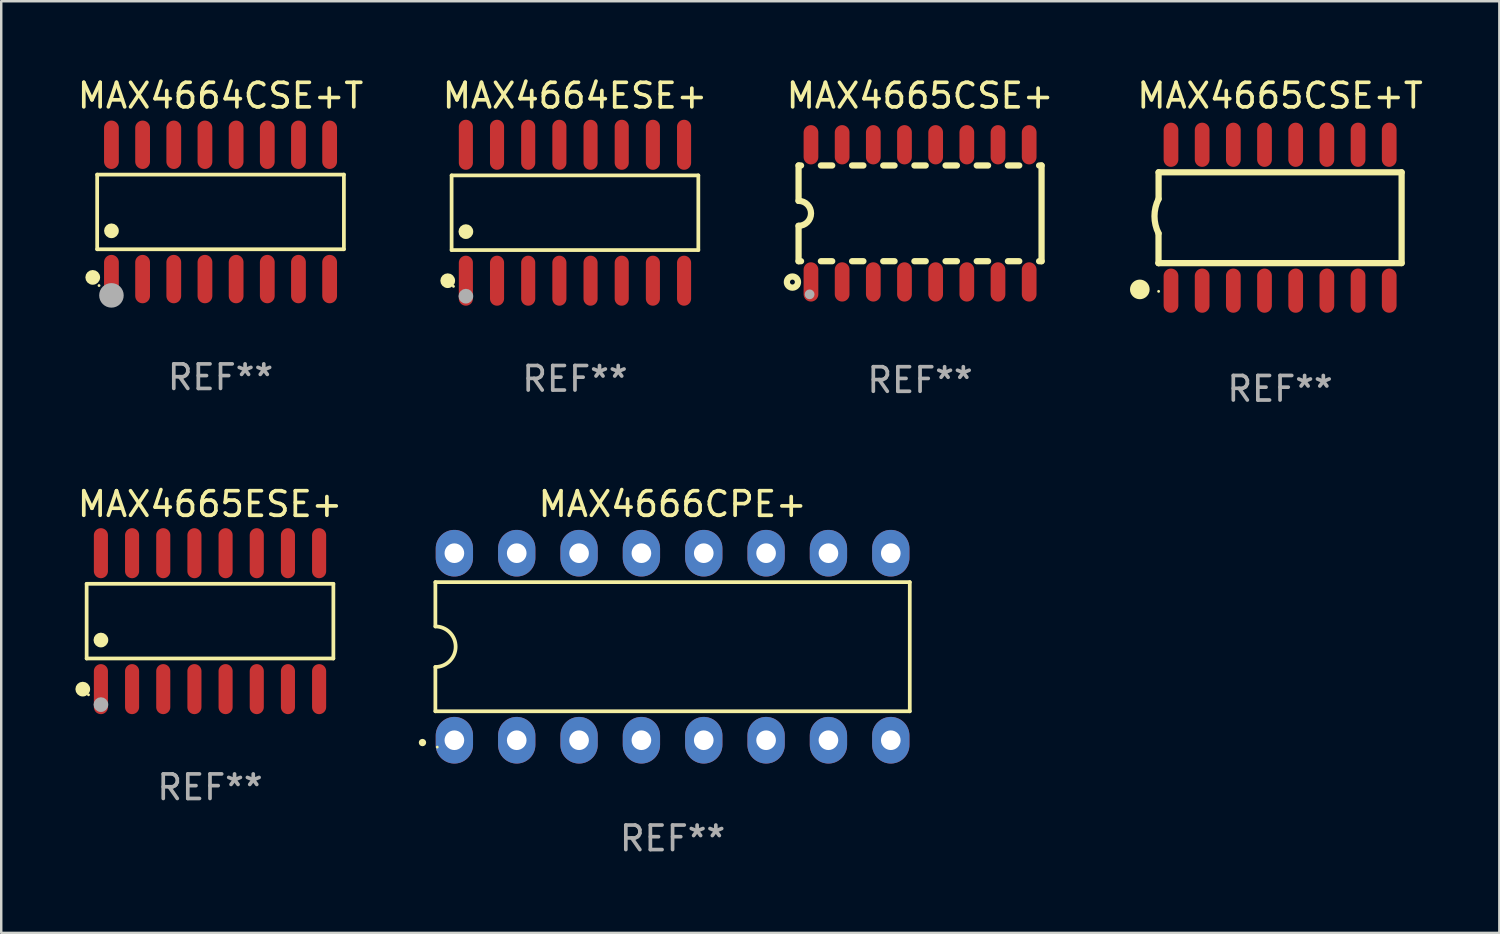
<source format=kicad_pcb>
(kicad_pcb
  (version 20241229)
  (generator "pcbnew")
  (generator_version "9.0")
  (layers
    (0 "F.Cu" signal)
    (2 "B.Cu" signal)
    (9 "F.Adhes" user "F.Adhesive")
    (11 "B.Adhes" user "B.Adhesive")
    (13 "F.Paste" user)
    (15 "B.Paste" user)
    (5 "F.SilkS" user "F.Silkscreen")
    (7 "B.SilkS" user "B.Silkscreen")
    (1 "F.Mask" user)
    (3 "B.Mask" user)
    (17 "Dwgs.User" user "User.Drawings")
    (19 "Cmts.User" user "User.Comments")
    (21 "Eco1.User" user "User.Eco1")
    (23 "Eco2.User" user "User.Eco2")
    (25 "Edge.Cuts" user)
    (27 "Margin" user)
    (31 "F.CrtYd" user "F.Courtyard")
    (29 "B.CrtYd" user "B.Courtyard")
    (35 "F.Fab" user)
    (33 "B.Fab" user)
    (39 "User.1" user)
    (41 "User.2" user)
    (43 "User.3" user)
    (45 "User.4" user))
  (footprint "MAX4665ESE+"
    (layer "F.Cu")
    (at 5.506 22.257)
    (property "Reference" "MAX4665ESE+" (at 0 -4.769 0) (layer "F.SilkS") (effects (font (size 1 1) (thickness 0.15))))
    (attr through_hole)
    (fp_line (start -5.026 -1.521) (end 5.026 -1.521) (stroke (width 0.152) (type solid)) (layer "F.SilkS"))
    (fp_line (start -5.026 1.521) (end -5.026 -1.521) (stroke (width 0.152) (type solid)) (layer "F.SilkS"))
    (fp_line (start 5.026 -1.521) (end 5.026 1.521) (stroke (width 0.152) (type solid)) (layer "F.SilkS"))
    (fp_line (start 5.026 1.521) (end -5.026 1.521) (stroke (width 0.152) (type solid)) (layer "F.SilkS"))
    (fp_circle (center -5.184 2.769) (end -5.034 2.769) (stroke (width 0.3) (type solid)) (fill no) (layer "F.SilkS"))
    (fp_circle (center -4.95 3) (end -4.92 3) (stroke (width 0.06) (type solid)) (fill no) (layer "F.SilkS"))
    (fp_circle (center -4.445 0.769) (end -4.295 0.769) (stroke (width 0.3) (type solid)) (fill no) (layer "F.SilkS"))
    (fp_circle (center -4.445 3.4) (end -4.295 3.4) (stroke (width 0.3) (type solid)) (fill no) (layer "F.Fab"))
    (fp_text user "REF**" (at 0 6.769 0) (layer "F.Fab") (effects (font (size 1 1) (thickness 0.15))))
    (pad "1" smd oval (at -4.445 2.769) (size 0.574 2.038) (layers "F.Cu" "F.Mask" "F.Paste"))
    (pad "2" smd oval (at -3.175 2.769) (size 0.574 2.038) (layers "F.Cu" "F.Mask" "F.Paste"))
    (pad "3" smd oval (at -1.905 2.769) (size 0.574 2.038) (layers "F.Cu" "F.Mask" "F.Paste"))
    (pad "4" smd oval (at -0.635 2.769) (size 0.574 2.038) (layers "F.Cu" "F.Mask" "F.Paste"))
    (pad "5" smd oval (at 0.635 2.769) (size 0.574 2.038) (layers "F.Cu" "F.Mask" "F.Paste"))
    (pad "6" smd oval (at 1.905 2.769) (size 0.574 2.038) (layers "F.Cu" "F.Mask" "F.Paste"))
    (pad "7" smd oval (at 3.175 2.769) (size 0.574 2.038) (layers "F.Cu" "F.Mask" "F.Paste"))
    (pad "8" smd oval (at 4.445 2.769) (size 0.574 2.038) (layers "F.Cu" "F.Mask" "F.Paste"))
    (pad "9" smd oval (at 4.445 -2.769) (size 0.574 2.038) (layers "F.Cu" "F.Mask" "F.Paste"))
    (pad "10" smd oval (at 3.175 -2.769) (size 0.574 2.038) (layers "F.Cu" "F.Mask" "F.Paste"))
    (pad "11" smd oval (at 1.905 -2.769) (size 0.574 2.038) (layers "F.Cu" "F.Mask" "F.Paste"))
    (pad "12" smd oval (at 0.635 -2.769) (size 0.574 2.038) (layers "F.Cu" "F.Mask" "F.Paste"))
    (pad "13" smd oval (at -0.635 -2.769) (size 0.574 2.038) (layers "F.Cu" "F.Mask" "F.Paste"))
    (pad "14" smd oval (at -1.905 -2.769) (size 0.574 2.038) (layers "F.Cu" "F.Mask" "F.Paste"))
    (pad "15" smd oval (at -3.175 -2.769) (size 0.574 2.038) (layers "F.Cu" "F.Mask" "F.Paste"))
    (pad "16" smd oval (at -4.445 -2.769) (size 0.574 2.038) (layers "F.Cu" "F.Mask" "F.Paste")))
  (footprint "MAX4664CSE+T"
    (layer "F.Cu")
    (at 5.935 5.584)
    (property "Reference" "MAX4664CSE+T" (at 0 -4.736 0) (layer "F.SilkS") (effects (font (size 1 1) (thickness 0.15))))
    (attr through_hole)
    (fp_line (start -5.026 -1.521) (end 5.026 -1.521) (stroke (width 0.152) (type solid)) (layer "F.SilkS"))
    (fp_line (start -5.026 1.521) (end -5.026 -1.521) (stroke (width 0.152) (type solid)) (layer "F.SilkS"))
    (fp_line (start 5.026 -1.521) (end 5.026 1.521) (stroke (width 0.152) (type solid)) (layer "F.SilkS"))
    (fp_line (start 5.026 1.521) (end -5.026 1.521) (stroke (width 0.152) (type solid)) (layer "F.SilkS"))
    (fp_circle (center -5.207 2.667) (end -5.057 2.667) (stroke (width 0.3) (type solid)) (fill no) (layer "F.SilkS"))
    (fp_circle (center -4.95 3) (end -4.92 3) (stroke (width 0.06) (type solid)) (fill no) (layer "F.SilkS"))
    (fp_circle (center -4.445 0.769) (end -4.295 0.769) (stroke (width 0.3) (type solid)) (fill no) (layer "F.SilkS"))
    (fp_circle (center -4.445 3.4) (end -4.195 3.4) (stroke (width 0.5) (type solid)) (fill no) (layer "F.Fab"))
    (fp_text user "REF**" (at 0 6.736 0) (layer "F.Fab") (effects (font (size 1 1) (thickness 0.15))))
    (pad "1" smd oval (at -4.445 2.736) (size 0.602 1.971) (layers "F.Cu" "F.Mask" "F.Paste"))
    (pad "2" smd oval (at -3.175 2.736) (size 0.602 1.971) (layers "F.Cu" "F.Mask" "F.Paste"))
    (pad "3" smd oval (at -1.905 2.736) (size 0.602 1.971) (layers "F.Cu" "F.Mask" "F.Paste"))
    (pad "4" smd oval (at -0.635 2.736) (size 0.602 1.971) (layers "F.Cu" "F.Mask" "F.Paste"))
    (pad "5" smd oval (at 0.635 2.736) (size 0.602 1.971) (layers "F.Cu" "F.Mask" "F.Paste"))
    (pad "6" smd oval (at 1.905 2.736) (size 0.602 1.971) (layers "F.Cu" "F.Mask" "F.Paste"))
    (pad "7" smd oval (at 3.175 2.736) (size 0.602 1.971) (layers "F.Cu" "F.Mask" "F.Paste"))
    (pad "8" smd oval (at 4.445 2.736) (size 0.602 1.971) (layers "F.Cu" "F.Mask" "F.Paste"))
    (pad "9" smd oval (at 4.445 -2.736) (size 0.602 1.971) (layers "F.Cu" "F.Mask" "F.Paste"))
    (pad "10" smd oval (at 3.175 -2.736) (size 0.602 1.971) (layers "F.Cu" "F.Mask" "F.Paste"))
    (pad "11" smd oval (at 1.905 -2.736) (size 0.602 1.971) (layers "F.Cu" "F.Mask" "F.Paste"))
    (pad "12" smd oval (at 0.635 -2.736) (size 0.602 1.971) (layers "F.Cu" "F.Mask" "F.Paste"))
    (pad "13" smd oval (at -0.635 -2.736) (size 0.602 1.971) (layers "F.Cu" "F.Mask" "F.Paste"))
    (pad "14" smd oval (at -1.905 -2.736) (size 0.602 1.971) (layers "F.Cu" "F.Mask" "F.Paste"))
    (pad "15" smd oval (at -3.175 -2.736) (size 0.602 1.971) (layers "F.Cu" "F.Mask" "F.Paste"))
    (pad "16" smd oval (at -4.445 -2.736) (size 0.602 1.971) (layers "F.Cu" "F.Mask" "F.Paste")))
  (footprint "MAX4666CPE+"
    (layer "F.Cu")
    (at 24.352 23.298)
    (property "Reference" "MAX4666CPE+" (at 0 -5.81 0) (layer "F.SilkS") (effects (font (size 1 1) (thickness 0.15))))
    (attr through_hole)
    (fp_line (start -9.664 -2.631) (end -9.664 -0.826) (stroke (width 0.152) (type solid)) (layer "F.SilkS"))
    (fp_line (start -9.664 0.826) (end -9.664 2.631) (stroke (width 0.152) (type solid)) (layer "F.SilkS"))
    (fp_line (start -9.664 2.631) (end 9.664 2.631) (stroke (width 0.152) (type solid)) (layer "F.SilkS"))
    (fp_line (start 9.664 -2.631) (end -9.664 -2.631) (stroke (width 0.152) (type solid)) (layer "F.SilkS"))
    (fp_line (start 9.664 2.631) (end 9.664 -2.631) (stroke (width 0.152) (type solid)) (layer "F.SilkS"))
    (fp_arc (start -9.663701 -0.825626) (mid -8.838075 0) (end -9.663701 0.825626) (stroke (width 0.1524) (type solid)) (layer "F.SilkS"))
    (fp_circle (center -10.19 3.905) (end -10.115 3.905) (stroke (width 0.15) (type solid)) (fill no) (layer "F.SilkS"))
    (fp_circle (center -9.588 4.09) (end -9.558 4.09) (stroke (width 0.06) (type solid)) (fill no) (layer "F.SilkS"))
    (fp_text user "REF**" (at 0 7.81 0) (layer "F.Fab") (effects (font (size 1 1) (thickness 0.15))))
    (pad "1" thru_hole oval (at -8.89 3.81) (size 1.52 1.9) (drill 0.8) (layers "*.Cu" "*.Mask"))
    (pad "2" thru_hole oval (at -6.35 3.81) (size 1.52 1.9) (drill 0.8) (layers "*.Cu" "*.Mask"))
    (pad "3" thru_hole oval (at -3.81 3.81) (size 1.52 1.9) (drill 0.8) (layers "*.Cu" "*.Mask"))
    (pad "4" thru_hole oval (at -1.27 3.81) (size 1.52 1.9) (drill 0.8) (layers "*.Cu" "*.Mask"))
    (pad "5" thru_hole oval (at 1.27 3.81) (size 1.52 1.9) (drill 0.8) (layers "*.Cu" "*.Mask"))
    (pad "6" thru_hole oval (at 3.81 3.81) (size 1.52 1.9) (drill 0.8) (layers "*.Cu" "*.Mask"))
    (pad "7" thru_hole oval (at 6.35 3.81) (size 1.52 1.9) (drill 0.8) (layers "*.Cu" "*.Mask"))
    (pad "8" thru_hole oval (at 8.89 3.81) (size 1.52 1.9) (drill 0.8) (layers "*.Cu" "*.Mask"))
    (pad "9" thru_hole oval (at 8.89 -3.81) (size 1.52 1.9) (drill 0.8) (layers "*.Cu" "*.Mask"))
    (pad "10" thru_hole oval (at 6.35 -3.81) (size 1.52 1.9) (drill 0.8) (layers "*.Cu" "*.Mask"))
    (pad "11" thru_hole oval (at 3.81 -3.81) (size 1.52 1.9) (drill 0.8) (layers "*.Cu" "*.Mask"))
    (pad "12" thru_hole oval (at 1.27 -3.81) (size 1.52 1.9) (drill 0.8) (layers "*.Cu" "*.Mask"))
    (pad "13" thru_hole oval (at -1.27 -3.81) (size 1.52 1.9) (drill 0.8) (layers "*.Cu" "*.Mask"))
    (pad "14" thru_hole oval (at -3.81 -3.81) (size 1.52 1.9) (drill 0.8) (layers "*.Cu" "*.Mask"))
    (pad "15" thru_hole oval (at -6.35 -3.81) (size 1.52 1.9) (drill 0.8) (layers "*.Cu" "*.Mask"))
    (pad "16" thru_hole oval (at -8.89 -3.81) (size 1.52 1.9) (drill 0.8) (layers "*.Cu" "*.Mask")))
  (footprint "MAX4665CSE+"
    (layer "F.Cu")
    (at 34.435 5.642)
    (property "Reference" "MAX4665CSE+" (at 0 -4.794 0) (layer "F.SilkS") (effects (font (size 1 1) (thickness 0.15))))
    (attr through_hole)
    (fp_line (start -4.95 -1.95) (end -4.95 -0.508) (stroke (width 0.254) (type solid)) (layer "F.SilkS"))
    (fp_line (start -4.95 -1.95) (end -4.849 -1.95) (stroke (width 0.254) (type solid)) (layer "F.SilkS"))
    (fp_line (start -4.95 1.95) (end -4.95 0.508) (stroke (width 0.254) (type solid)) (layer "F.SilkS"))
    (fp_line (start -4.95 1.95) (end -4.849 1.95) (stroke (width 0.254) (type solid)) (layer "F.SilkS"))
    (fp_line (start -4.041 -1.95) (end -3.579 -1.95) (stroke (width 0.254) (type solid)) (layer "F.SilkS"))
    (fp_line (start -4.041 1.95) (end -3.579 1.95) (stroke (width 0.254) (type solid)) (layer "F.SilkS"))
    (fp_line (start -2.771 -1.95) (end -2.309 -1.95) (stroke (width 0.254) (type solid)) (layer "F.SilkS"))
    (fp_line (start -2.771 1.95) (end -2.309 1.95) (stroke (width 0.254) (type solid)) (layer "F.SilkS"))
    (fp_line (start -1.501 -1.95) (end -1.039 -1.95) (stroke (width 0.254) (type solid)) (layer "F.SilkS"))
    (fp_line (start -1.501 1.95) (end -1.039 1.95) (stroke (width 0.254) (type solid)) (layer "F.SilkS"))
    (fp_line (start -0.231 -1.95) (end 0.231 -1.95) (stroke (width 0.254) (type solid)) (layer "F.SilkS"))
    (fp_line (start -0.231 1.95) (end 0.231 1.95) (stroke (width 0.254) (type solid)) (layer "F.SilkS"))
    (fp_line (start 1.039 -1.95) (end 1.501 -1.95) (stroke (width 0.254) (type solid)) (layer "F.SilkS"))
    (fp_line (start 1.039 1.95) (end 1.501 1.95) (stroke (width 0.254) (type solid)) (layer "F.SilkS"))
    (fp_line (start 2.309 -1.95) (end 2.771 -1.95) (stroke (width 0.254) (type solid)) (layer "F.SilkS"))
    (fp_line (start 2.309 1.95) (end 2.771 1.95) (stroke (width 0.254) (type solid)) (layer "F.SilkS"))
    (fp_line (start 3.579 -1.95) (end 4.041 -1.95) (stroke (width 0.254) (type solid)) (layer "F.SilkS"))
    (fp_line (start 3.579 1.95) (end 4.041 1.95) (stroke (width 0.254) (type solid)) (layer "F.SilkS"))
    (fp_line (start 4.849 -1.95) (end 4.95 -1.95) (stroke (width 0.254) (type solid)) (layer "F.SilkS"))
    (fp_line (start 4.849 1.95) (end 4.95 1.95) (stroke (width 0.254) (type solid)) (layer "F.SilkS"))
    (fp_line (start 4.95 -1.95) (end 4.95 1.95) (stroke (width 0.254) (type solid)) (layer "F.SilkS"))
    (fp_arc (start -4.95047 -0.508001) (mid -4.442469 -0.000228) (end -4.950013 0.508001) (stroke (width 0.254001) (type solid)) (layer "F.SilkS"))
    (fp_circle (center -5.2 2.8) (end -5.1 2.8) (stroke (width 0.254) (type solid)) (fill no) (layer "F.SilkS"))
    (fp_circle (center -4.95 2.947) (end -4.92 2.947) (stroke (width 0.06) (type solid)) (fill no) (layer "F.SilkS"))
    (fp_circle (center -4.5 3.3) (end -4.4 3.3) (stroke (width 0.2) (type solid)) (fill no) (layer "F.Fab"))
    (fp_text user "REF**" (at 0 6.794 0) (layer "F.Fab") (effects (font (size 1 1) (thickness 0.15))))
    (pad "1" smd oval (at -4.445 2.794) (size 0.6 1.6) (layers "F.Cu" "F.Mask" "F.Paste"))
    (pad "2" smd oval (at -3.175 2.794) (size 0.6 1.6) (layers "F.Cu" "F.Mask" "F.Paste"))
    (pad "3" smd oval (at -1.905 2.794) (size 0.6 1.6) (layers "F.Cu" "F.Mask" "F.Paste"))
    (pad "4" smd oval (at -0.635 2.794) (size 0.6 1.6) (layers "F.Cu" "F.Mask" "F.Paste"))
    (pad "5" smd oval (at 0.635 2.794) (size 0.6 1.6) (layers "F.Cu" "F.Mask" "F.Paste"))
    (pad "6" smd oval (at 1.905 2.794) (size 0.6 1.6) (layers "F.Cu" "F.Mask" "F.Paste"))
    (pad "7" smd oval (at 3.175 2.794) (size 0.6 1.6) (layers "F.Cu" "F.Mask" "F.Paste"))
    (pad "8" smd oval (at 4.445 2.794) (size 0.6 1.6) (layers "F.Cu" "F.Mask" "F.Paste"))
    (pad "9" smd oval (at 4.445 -2.794) (size 0.6 1.6) (layers "F.Cu" "F.Mask" "F.Paste"))
    (pad "10" smd oval (at 3.175 -2.794) (size 0.6 1.6) (layers "F.Cu" "F.Mask" "F.Paste"))
    (pad "11" smd oval (at 1.905 -2.794) (size 0.6 1.6) (layers "F.Cu" "F.Mask" "F.Paste"))
    (pad "12" smd oval (at 0.635 -2.794) (size 0.6 1.6) (layers "F.Cu" "F.Mask" "F.Paste"))
    (pad "13" smd oval (at -0.635 -2.794) (size 0.6 1.6) (layers "F.Cu" "F.Mask" "F.Paste"))
    (pad "14" smd oval (at -1.905 -2.794) (size 0.6 1.6) (layers "F.Cu" "F.Mask" "F.Paste"))
    (pad "15" smd oval (at -3.175 -2.794) (size 0.6 1.6) (layers "F.Cu" "F.Mask" "F.Paste"))
    (pad "16" smd oval (at -4.445 -2.794) (size 0.6 1.6) (layers "F.Cu" "F.Mask" "F.Paste")))
  (footprint "MAX4664ESE+"
    (layer "F.Cu")
    (at 20.375 5.617)
    (property "Reference" "MAX4664ESE+" (at 0 -4.769 0) (layer "F.SilkS") (effects (font (size 1 1) (thickness 0.15))))
    (attr through_hole)
    (fp_line (start -5.026 -1.521) (end 5.026 -1.521) (stroke (width 0.152) (type solid)) (layer "F.SilkS"))
    (fp_line (start -5.026 1.521) (end -5.026 -1.521) (stroke (width 0.152) (type solid)) (layer "F.SilkS"))
    (fp_line (start 5.026 -1.521) (end 5.026 1.521) (stroke (width 0.152) (type solid)) (layer "F.SilkS"))
    (fp_line (start 5.026 1.521) (end -5.026 1.521) (stroke (width 0.152) (type solid)) (layer "F.SilkS"))
    (fp_circle (center -5.184 2.769) (end -5.034 2.769) (stroke (width 0.3) (type solid)) (fill no) (layer "F.SilkS"))
    (fp_circle (center -4.95 3) (end -4.92 3) (stroke (width 0.06) (type solid)) (fill no) (layer "F.SilkS"))
    (fp_circle (center -4.445 0.769) (end -4.295 0.769) (stroke (width 0.3) (type solid)) (fill no) (layer "F.SilkS"))
    (fp_circle (center -4.445 3.4) (end -4.295 3.4) (stroke (width 0.3) (type solid)) (fill no) (layer "F.Fab"))
    (fp_text user "REF**" (at 0 6.769 0) (layer "F.Fab") (effects (font (size 1 1) (thickness 0.15))))
    (pad "1" smd oval (at -4.445 2.769) (size 0.574 2.038) (layers "F.Cu" "F.Mask" "F.Paste"))
    (pad "2" smd oval (at -3.175 2.769) (size 0.574 2.038) (layers "F.Cu" "F.Mask" "F.Paste"))
    (pad "3" smd oval (at -1.905 2.769) (size 0.574 2.038) (layers "F.Cu" "F.Mask" "F.Paste"))
    (pad "4" smd oval (at -0.635 2.769) (size 0.574 2.038) (layers "F.Cu" "F.Mask" "F.Paste"))
    (pad "5" smd oval (at 0.635 2.769) (size 0.574 2.038) (layers "F.Cu" "F.Mask" "F.Paste"))
    (pad "6" smd oval (at 1.905 2.769) (size 0.574 2.038) (layers "F.Cu" "F.Mask" "F.Paste"))
    (pad "7" smd oval (at 3.175 2.769) (size 0.574 2.038) (layers "F.Cu" "F.Mask" "F.Paste"))
    (pad "8" smd oval (at 4.445 2.769) (size 0.574 2.038) (layers "F.Cu" "F.Mask" "F.Paste"))
    (pad "9" smd oval (at 4.445 -2.769) (size 0.574 2.038) (layers "F.Cu" "F.Mask" "F.Paste"))
    (pad "10" smd oval (at 3.175 -2.769) (size 0.574 2.038) (layers "F.Cu" "F.Mask" "F.Paste"))
    (pad "11" smd oval (at 1.905 -2.769) (size 0.574 2.038) (layers "F.Cu" "F.Mask" "F.Paste"))
    (pad "12" smd oval (at 0.635 -2.769) (size 0.574 2.038) (layers "F.Cu" "F.Mask" "F.Paste"))
    (pad "13" smd oval (at -0.635 -2.769) (size 0.574 2.038) (layers "F.Cu" "F.Mask" "F.Paste"))
    (pad "14" smd oval (at -1.905 -2.769) (size 0.574 2.038) (layers "F.Cu" "F.Mask" "F.Paste"))
    (pad "15" smd oval (at -3.175 -2.769) (size 0.574 2.038) (layers "F.Cu" "F.Mask" "F.Paste"))
    (pad "16" smd oval (at -4.445 -2.769) (size 0.574 2.038) (layers "F.Cu" "F.Mask" "F.Paste")))
  (footprint "MAX4665CSE+T"
    (layer "F.Cu")
    (at 49.102 5.82)
    (property "Reference" "MAX4665CSE+T" (at 0 -4.972 0) (layer "F.SilkS") (effects (font (size 1 1) (thickness 0.15))))
    (attr through_hole)
    (fp_line (start -4.952 0.635) (end -4.952 1.85) (stroke (width 0.254) (type solid)) (layer "F.SilkS"))
    (fp_line (start -4.952 1.85) (end -4.949 1.85) (stroke (width 0.254) (type solid)) (layer "F.SilkS"))
    (fp_line (start -4.949 -1.85) (end -4.949 -0.762) (stroke (width 0.254) (type solid)) (layer "F.SilkS"))
    (fp_line (start -4.949 1.85) (end 4.952 1.85) (stroke (width 0.254) (type solid)) (layer "F.SilkS"))
    (fp_line (start 4.952 -1.85) (end -4.949 -1.85) (stroke (width 0.254) (type solid)) (layer "F.SilkS"))
    (fp_line (start 4.952 1.85) (end 4.952 -1.85) (stroke (width 0.254) (type solid)) (layer "F.SilkS"))
    (fp_arc (start -4.951512 0.635) (mid -5.116405 -0.063501) (end -4.951511 -0.762002) (stroke (width 0.254001) (type solid)) (layer "F.SilkS"))
    (fp_circle (center -5.714 2.921) (end -5.514 2.921) (stroke (width 0.4) (type solid)) (fill no) (layer "F.SilkS"))
    (fp_circle (center -4.948 3) (end -4.918 3) (stroke (width 0.06) (type solid)) (fill no) (layer "F.SilkS"))
    (fp_text user "REF**" (at 0 6.972 0) (layer "F.Fab") (effects (font (size 1 1) (thickness 0.15))))
    (pad "1" smd oval (at -4.444 2.972 180) (size 0.6 1.8) (layers "F.Cu" "F.Mask" "F.Paste"))
    (pad "2" smd oval (at -3.174 2.972 180) (size 0.6 1.8) (layers "F.Cu" "F.Mask" "F.Paste"))
    (pad "3" smd oval (at -1.904 2.972 180) (size 0.6 1.8) (layers "F.Cu" "F.Mask" "F.Paste"))
    (pad "4" smd oval (at -0.634 2.972 180) (size 0.6 1.8) (layers "F.Cu" "F.Mask" "F.Paste"))
    (pad "5" smd oval (at 0.636 2.972 180) (size 0.6 1.8) (layers "F.Cu" "F.Mask" "F.Paste"))
    (pad "6" smd oval (at 1.907 2.972 180) (size 0.6 1.8) (layers "F.Cu" "F.Mask" "F.Paste"))
    (pad "7" smd oval (at 3.177 2.972 180) (size 0.6 1.8) (layers "F.Cu" "F.Mask" "F.Paste"))
    (pad "8" smd oval (at 4.447 2.972 180) (size 0.6 1.8) (layers "F.Cu" "F.Mask" "F.Paste"))
    (pad "9" smd oval (at 4.447 -2.972 180) (size 0.6 1.8) (layers "F.Cu" "F.Mask" "F.Paste"))
    (pad "10" smd oval (at 3.177 -2.972 180) (size 0.6 1.8) (layers "F.Cu" "F.Mask" "F.Paste"))
    (pad "11" smd oval (at 1.907 -2.972 180) (size 0.6 1.8) (layers "F.Cu" "F.Mask" "F.Paste"))
    (pad "12" smd oval (at 0.636 -2.972 180) (size 0.6 1.8) (layers "F.Cu" "F.Mask" "F.Paste"))
    (pad "13" smd oval (at -0.634 -2.972 180) (size 0.6 1.8) (layers "F.Cu" "F.Mask" "F.Paste"))
    (pad "14" smd oval (at -1.904 -2.972 180) (size 0.6 1.8) (layers "F.Cu" "F.Mask" "F.Paste"))
    (pad "15" smd oval (at -3.174 -2.972 180) (size 0.6 1.8) (layers "F.Cu" "F.Mask" "F.Paste"))
    (pad "16" smd oval (at -4.444 -2.972 180) (size 0.6 1.8) (layers "F.Cu" "F.Mask" "F.Paste")))
  (gr_rect
    (start -3 -3)
    (end 58.036 34.957)
    (stroke (width 0.1) (type default))
    (fill no)
    (layer "Edge.Cuts")))
</source>
